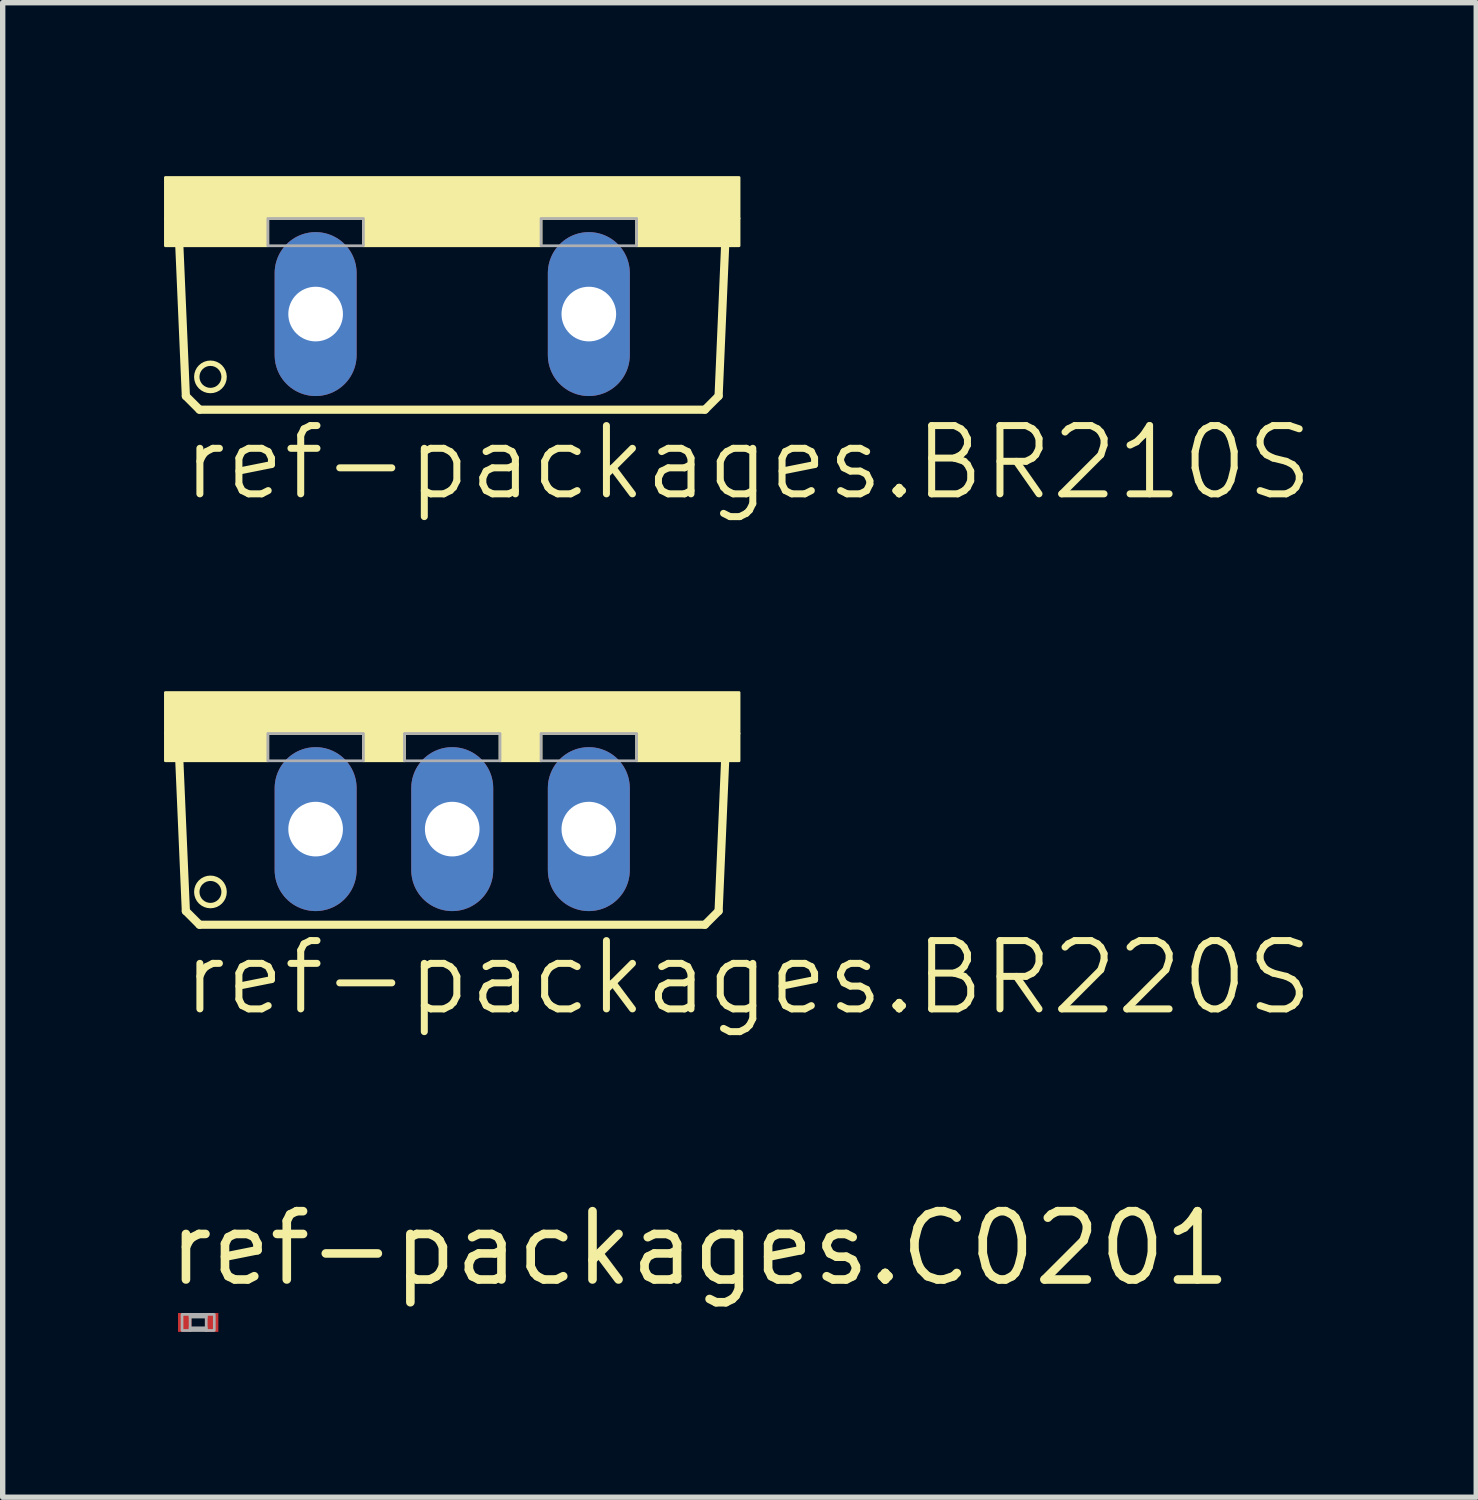
<source format=kicad_pcb>
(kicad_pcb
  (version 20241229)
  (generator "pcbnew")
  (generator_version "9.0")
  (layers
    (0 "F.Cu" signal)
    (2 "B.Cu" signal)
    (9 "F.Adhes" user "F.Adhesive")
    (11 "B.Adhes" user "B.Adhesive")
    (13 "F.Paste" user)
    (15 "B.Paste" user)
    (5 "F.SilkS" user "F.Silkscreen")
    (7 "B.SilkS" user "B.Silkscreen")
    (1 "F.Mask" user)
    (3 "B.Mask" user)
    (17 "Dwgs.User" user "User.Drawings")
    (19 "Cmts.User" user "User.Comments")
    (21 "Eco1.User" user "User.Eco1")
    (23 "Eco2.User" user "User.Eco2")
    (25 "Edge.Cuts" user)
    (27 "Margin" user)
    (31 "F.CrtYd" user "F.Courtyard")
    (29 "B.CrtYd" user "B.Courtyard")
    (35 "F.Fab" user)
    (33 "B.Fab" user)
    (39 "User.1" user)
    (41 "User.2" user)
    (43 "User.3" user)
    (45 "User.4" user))
  (footprint "ref-packages.C0201"
    (layer "F.Cu")
    (at 0.635 21.54)
    (property "Reference" "ref-packages.C0201" (at -0.635 -0.635 0) (layer "F.SilkS") (effects (font (size 1.27 1.27) (thickness 0.16)) (justify left bottom)))
    (attr smd)
    (fp_rect (start -0.3 0.15) (end -0.15 -0.15) (stroke (width 0.05) (type default)) (fill no) (layer "F.Fab"))
    (fp_rect (start -0.15 -0.1) (end 0.15 -0.15) (stroke (width 0.05) (type default)) (fill no) (layer "F.Fab"))
    (fp_rect (start -0.15 0.15) (end 0.15 0.1) (stroke (width 0.05) (type default)) (fill no) (layer "F.Fab"))
    (fp_rect (start 0.15 0.15) (end 0.3 -0.15) (stroke (width 0.05) (type default)) (fill no) (layer "F.Fab"))
    (pad "1" smd roundrect (at -0.25 0) (size 0.25 0.35) (layers "F.Cu" "F.Mask" "F.Paste") (roundrect_rratio 0.01))
    (pad "2" smd roundrect (at 0.25 0) (size 0.25 0.35) (layers "F.Cu" "F.Mask" "F.Paste") (roundrect_rratio 0.01)))
  (footprint "ref-packages.BR220S"
    (layer "F.Cu")
    (at 5.359 9.827)
    (property "Reference" "ref-packages.BR220S" (at -5.08 6.045 0) (layer "F.SilkS") (effects (font (size 1.27 1.27) (thickness 0.13)) (justify left bottom)))
    (attr through_hole)
    (fp_line (start -4.953 4.064) (end -5.08 1.143) (stroke (width 0.152) (type default)) (layer "F.SilkS"))
    (fp_line (start -4.953 4.064) (end -4.699 4.318) (stroke (width 0.152) (type default)) (layer "F.SilkS"))
    (fp_line (start 4.699 4.318) (end -4.699 4.318) (stroke (width 0.152) (type default)) (layer "F.SilkS"))
    (fp_line (start 4.699 4.318) (end 4.953 4.064) (stroke (width 0.152) (type default)) (layer "F.SilkS"))
    (fp_line (start 5.08 1.143) (end 4.953 4.064) (stroke (width 0.152) (type default)) (layer "F.SilkS"))
    (fp_rect (start -5.334 0.762) (end 5.334 0) (stroke (width 0.05) (type default)) (fill yes) (layer "F.SilkS"))
    (fp_rect (start -5.334 1.27) (end -3.429 0.762) (stroke (width 0.05) (type default)) (fill yes) (layer "F.SilkS"))
    (fp_rect (start -1.651 1.27) (end -0.889 0.762) (stroke (width 0.05) (type default)) (fill yes) (layer "F.SilkS"))
    (fp_rect (start 0.889 1.27) (end 1.651 0.762) (stroke (width 0.05) (type default)) (fill yes) (layer "F.SilkS"))
    (fp_rect (start 3.429 1.27) (end 5.334 0.762) (stroke (width 0.05) (type default)) (fill yes) (layer "F.SilkS"))
    (fp_circle (center -4.496 3.708) (end -4.242 3.708) (stroke (width 0.1) (type default)) (fill no) (layer "F.SilkS"))
    (fp_rect (start -3.429 1.27) (end -1.651 0.762) (stroke (width 0.05) (type default)) (fill no) (layer "F.Fab"))
    (fp_rect (start -0.889 1.27) (end 0.889 0.762) (stroke (width 0.05) (type default)) (fill no) (layer "F.Fab"))
    (fp_rect (start 1.651 1.27) (end 3.429 0.762) (stroke (width 0.05) (type default)) (fill no) (layer "F.Fab"))
    (pad "T1" thru_hole oval (at -2.54 2.54 90) (size 3.048 1.524) (drill 1.016) (layers "*.Cu" "*.Mask"))
    (pad "T2" thru_hole oval (at 0 2.54 90) (size 3.048 1.524) (drill 1.016) (layers "*.Cu" "*.Mask"))
    (pad "T3" thru_hole oval (at 2.54 2.54 90) (size 3.048 1.524) (drill 1.016) (layers "*.Cu" "*.Mask")))
  (footprint "ref-packages.BR210S"
    (layer "F.Cu")
    (at 5.359 0.25)
    (property "Reference" "ref-packages.BR210S" (at -5.08 6.045 0) (layer "F.SilkS") (effects (font (size 1.27 1.27) (thickness 0.13)) (justify left bottom)))
    (attr through_hole)
    (fp_line (start -4.953 4.064) (end -5.08 1.143) (stroke (width 0.152) (type default)) (layer "F.SilkS"))
    (fp_line (start -4.953 4.064) (end -4.699 4.318) (stroke (width 0.152) (type default)) (layer "F.SilkS"))
    (fp_line (start 4.699 4.318) (end -4.699 4.318) (stroke (width 0.152) (type default)) (layer "F.SilkS"))
    (fp_line (start 4.699 4.318) (end 4.953 4.064) (stroke (width 0.152) (type default)) (layer "F.SilkS"))
    (fp_line (start 5.08 1.143) (end 4.953 4.064) (stroke (width 0.152) (type default)) (layer "F.SilkS"))
    (fp_rect (start -5.334 0.762) (end 5.334 0) (stroke (width 0.05) (type default)) (fill yes) (layer "F.SilkS"))
    (fp_rect (start -5.334 1.27) (end -3.429 0.762) (stroke (width 0.05) (type default)) (fill yes) (layer "F.SilkS"))
    (fp_rect (start -1.651 1.27) (end 1.651 0.762) (stroke (width 0.05) (type default)) (fill yes) (layer "F.SilkS"))
    (fp_rect (start 3.429 1.27) (end 5.334 0.762) (stroke (width 0.05) (type default)) (fill yes) (layer "F.SilkS"))
    (fp_circle (center -4.496 3.708) (end -4.242 3.708) (stroke (width 0.1) (type default)) (fill no) (layer "F.SilkS"))
    (fp_rect (start -3.429 1.27) (end -1.651 0.762) (stroke (width 0.05) (type default)) (fill no) (layer "F.Fab"))
    (fp_rect (start 1.651 1.27) (end 3.429 0.762) (stroke (width 0.05) (type default)) (fill no) (layer "F.Fab"))
    (pad "T1" thru_hole oval (at -2.54 2.54 90) (size 3.048 1.524) (drill 1.016) (layers "*.Cu" "*.Mask"))
    (pad "T2" thru_hole oval (at 2.54 2.54 90) (size 3.048 1.524) (drill 1.016) (layers "*.Cu" "*.Mask")))
  (gr_rect
    (start -3 -3)
    (end 24.4 24.79)
    (stroke (width 0.1) (type default))
    (fill no)
    (layer "Edge.Cuts")))
</source>
